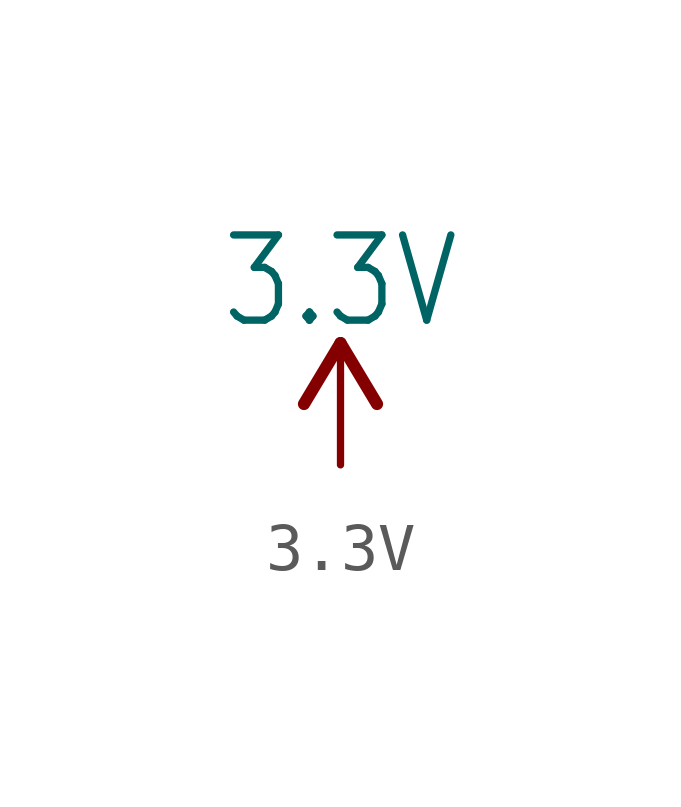
<source format=kicad_sym>
(kicad_symbol_lib
  (version 20211014)
  (generator kicad_symbol_editor)
  (symbol "3.3V"
    (power)
    (property "Reference" "#SUPPLY"
      (at 0 0 0)
      (effects (font (size 1.27 1.27)) hide))
    (property "Value" "3.3V"
      (at 0 2.794 0)
      (effects (font (size 1.778 1.511)) (justify bottom)))
    (property "ki_locked" ""
      (at 0 0 0)
      (effects (font (size 1.27 1.27))))
    (symbol "3.3V_1_0"
      (polyline (pts (xy 0 2.54) (xy -0.762 1.27)) (stroke (width 0.254) (type default) (color 0 0 0 0)) (fill (type none)))
      (polyline (pts (xy 0.762 1.27) (xy 0 2.54)) (stroke (width 0.254) (type default) (color 0 0 0 0)) (fill (type none)))
      (pin power_in line (at 0 0 90) (length 2.54) (name "3.3V" (effects (font (size 0 0)))) (number "1" (effects (font (size 0 0))))))))
</source>
